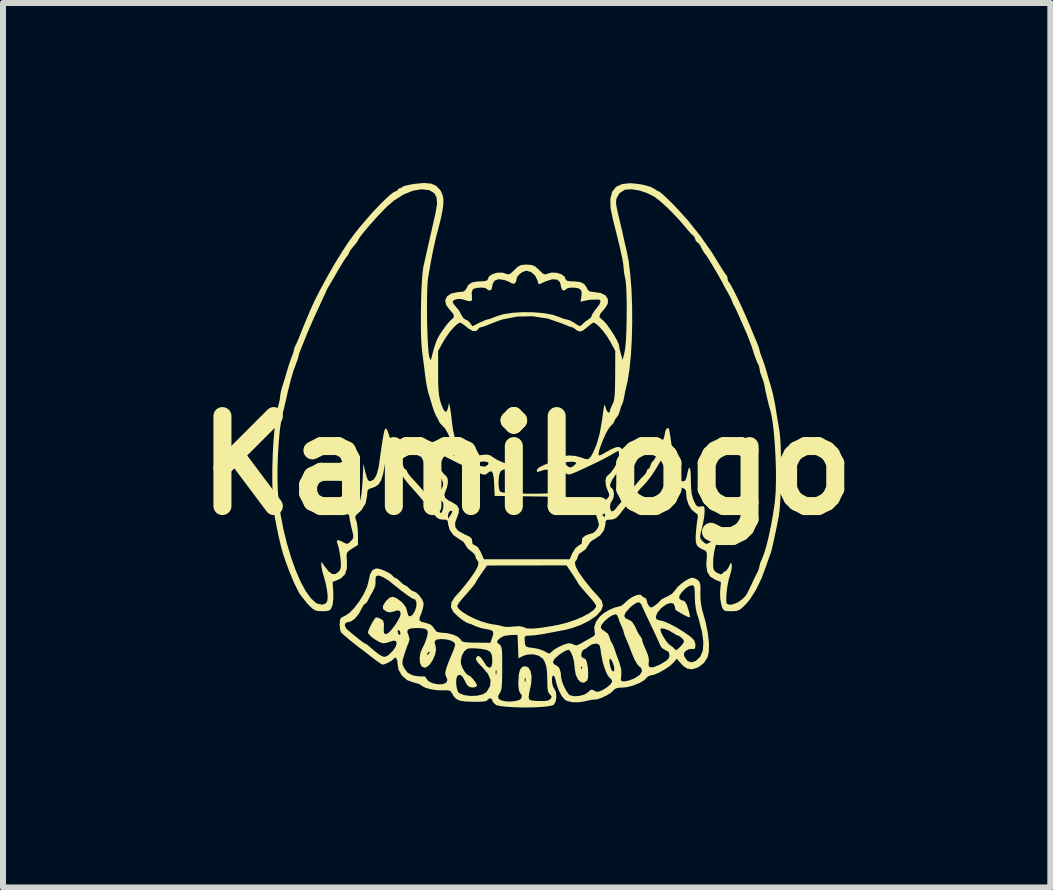
<source format=kicad_pcb>
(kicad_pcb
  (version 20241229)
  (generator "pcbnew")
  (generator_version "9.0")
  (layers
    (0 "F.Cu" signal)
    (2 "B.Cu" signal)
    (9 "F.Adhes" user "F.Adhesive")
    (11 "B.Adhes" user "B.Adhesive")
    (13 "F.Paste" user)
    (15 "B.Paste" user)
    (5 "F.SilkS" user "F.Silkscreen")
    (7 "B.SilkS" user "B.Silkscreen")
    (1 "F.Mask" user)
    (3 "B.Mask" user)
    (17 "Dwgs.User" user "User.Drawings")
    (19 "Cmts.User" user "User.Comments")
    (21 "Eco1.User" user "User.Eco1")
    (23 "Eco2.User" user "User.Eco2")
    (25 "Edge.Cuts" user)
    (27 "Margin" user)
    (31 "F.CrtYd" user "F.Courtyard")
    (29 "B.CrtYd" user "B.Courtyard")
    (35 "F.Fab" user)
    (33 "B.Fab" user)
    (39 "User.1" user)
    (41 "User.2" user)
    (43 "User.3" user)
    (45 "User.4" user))
  (footprint "KamiLogo"
    (layer "F.Cu")
    (at 5.729 4.707)
    (property "Reference" "KamiLogo" (at 0 0 0) (layer "F.SilkS") (effects (font (size 1.5 1.5) (thickness 0.3))))
    (attr board_only exclude_from_pos_files exclude_from_bom)
    (fp_poly (pts (xy -1.594 -4.697) (xy -1.508 -4.659) (xy -1.444 -4.593) (xy -1.432 -4.573) (xy -1.404 -4.513) (xy -1.389 -4.443) (xy -1.389 -4.358) (xy -1.403 -4.248) (xy -1.432 -4.109) (xy -1.477 -3.931) (xy -1.501 -3.843) (xy -1.53 -3.722) (xy -1.565 -3.561) (xy -1.602 -3.368) (xy -1.639 -3.153) (xy -1.644 -3.129) (xy -1.652 -3.046) (xy -1.658 -2.927) (xy -1.661 -2.781) (xy -1.662 -2.618) (xy -1.661 -2.447) (xy -1.657 -2.277) (xy -1.651 -2.12) (xy -1.644 -1.983) (xy -1.635 -1.877) (xy -1.624 -1.811) (xy -1.623 -1.807) (xy -1.609 -1.766) (xy -1.598 -1.759) (xy -1.587 -1.79) (xy -1.569 -1.865) (xy -1.568 -1.871) (xy -1.557 -1.909) (xy -1.476 -1.909) (xy -1.476 -1.54) (xy -1.475 -1.38) (xy -1.47 -1.259) (xy -1.461 -1.165) (xy -1.445 -1.089) (xy -1.426 -1.024) (xy -1.389 -0.934) (xy -1.357 -0.893) (xy -1.331 -0.903) (xy -1.31 -0.963) (xy -1.309 -0.969) (xy -1.295 -1.043) (xy -1.278 -0.967) (xy -1.268 -0.902) (xy -1.255 -0.808) (xy -1.245 -0.713) (xy -1.226 -0.581) (xy -1.194 -0.445) (xy -1.153 -0.317) (xy -1.108 -0.209) (xy -1.062 -0.132) (xy -1.032 -0.102) (xy -0.994 -0.102) (xy -0.937 -0.122) (xy -0.936 -0.123) (xy -0.866 -0.148) (xy -0.776 -0.169) (xy -0.746 -0.174) (xy -0.664 -0.18) (xy -0.607 -0.166) (xy -0.555 -0.131) (xy -0.492 -0.092) (xy -0.401 -0.051) (xy -0.324 -0.023) (xy -0.226 0.012) (xy -0.177 0.044) (xy -0.171 0.062) (xy -0.192 0.092) (xy -0.204 0.094) (xy -0.244 0.086) (xy -0.309 0.074) (xy -0.316 0.073) (xy -0.384 0.068) (xy -0.426 0.091) (xy -0.437 0.103) (xy -0.458 0.158) (xy -0.468 0.239) (xy -0.469 0.327) (xy -0.458 0.401) (xy -0.44 0.44) (xy -0.406 0.45) (xy -0.332 0.458) (xy -0.228 0.465) (xy -0.105 0.469) (xy 0.026 0.472) (xy 0.155 0.472) (xy 0.271 0.47) (xy 0.364 0.465) (xy 0.422 0.458) (xy 0.431 0.455) (xy 0.454 0.422) (xy 0.468 0.356) (xy 0.472 0.272) (xy 0.465 0.189) (xy 0.447 0.122) (xy 0.437 0.103) (xy 0.383 0.071) (xy 0.299 0.073) (xy 0.207 0.102) (xy 0.172 0.109) (xy 0.169 0.079) (xy 0.169 0.076) (xy 0.202 0.037) (xy 0.285 -0.006) (xy 0.336 -0.025) (xy 0.376 -0.04) (xy 0.632 -0.04) (xy 0.65 -0.016) (xy 0.659 -0.006) (xy 0.705 0.031) (xy 0.745 0.031) (xy 0.79 0.002) (xy 0.824 -0.034) (xy 0.81 -0.055) (xy 0.749 -0.061) (xy 0.71 -0.059) (xy 0.65 -0.052) (xy 0.632 -0.04) (xy 0.376 -0.04) (xy 0.427 -0.06) (xy 0.502 -0.097) (xy 0.542 -0.123) (xy 0.607 -0.153) (xy 0.701 -0.165) (xy 0.808 -0.158) (xy 0.909 -0.132) (xy 0.92 -0.127) (xy 0.99 -0.103) (xy 1.035 -0.109) (xy 1.073 -0.152) (xy 1.098 -0.197) (xy 1.197 -0.197) (xy 1.2 -0.166) (xy 1.227 -0.17) (xy 1.277 -0.194) (xy 1.28 -0.196) (xy 1.402 -0.266) (xy 1.49 -0.303) (xy 1.549 -0.306) (xy 1.586 -0.275) (xy 1.605 -0.208) (xy 1.61 -0.15) (xy 1.611 -0.081) (xy 1.599 -0.025) (xy 1.569 0.033) (xy 1.514 0.111) (xy 1.502 0.127) (xy 1.427 0.237) (xy 1.391 0.315) (xy 1.395 0.361) (xy 1.412 0.373) (xy 1.441 0.406) (xy 1.454 0.466) (xy 1.45 0.531) (xy 1.428 0.579) (xy 1.397 0.633) (xy 1.388 0.697) (xy 1.401 0.751) (xy 1.415 0.765) (xy 1.447 0.759) (xy 1.483 0.723) (xy 1.532 0.66) (xy 1.57 0.619) (xy 1.605 0.577) (xy 1.617 0.554) (xy 1.634 0.525) (xy 1.675 0.48) (xy 1.682 0.472) (xy 1.736 0.416) (xy 1.802 0.341) (xy 1.841 0.294) (xy 1.897 0.227) (xy 1.944 0.177) (xy 1.966 0.158) (xy 1.995 0.117) (xy 1.998 0.101) (xy 2.012 0.067) (xy 2.023 0.064) (xy 2.047 0.042) (xy 2.064 0) (xy 2.082 -0.048) (xy 2.098 -0.064) (xy 2.119 -0.085) (xy 2.152 -0.143) (xy 2.191 -0.223) (xy 2.231 -0.315) (xy 2.267 -0.404) (xy 2.293 -0.48) (xy 2.303 -0.529) (xy 2.303 -0.531) (xy 2.314 -0.584) (xy 2.339 -0.619) (xy 2.367 -0.619) (xy 2.369 -0.618) (xy 2.376 -0.589) (xy 2.388 -0.521) (xy 2.403 -0.423) (xy 2.419 -0.304) (xy 2.42 -0.303) (xy 2.447 -0.111) (xy 2.473 0.035) (xy 2.499 0.14) (xy 2.528 0.211) (xy 2.56 0.251) (xy 2.599 0.267) (xy 2.61 0.267) (xy 2.645 0.25) (xy 2.667 0.192) (xy 2.671 0.171) (xy 2.69 0.08) (xy 2.707 0.039) (xy 2.721 0.047) (xy 2.731 0.102) (xy 2.736 0.204) (xy 2.736 0.242) (xy 2.74 0.38) (xy 2.752 0.481) (xy 2.774 0.561) (xy 2.787 0.592) (xy 2.82 0.658) (xy 2.849 0.687) (xy 2.887 0.688) (xy 2.9 0.685) (xy 2.941 0.679) (xy 2.96 0.695) (xy 2.965 0.745) (xy 2.965 0.776) (xy 2.958 0.859) (xy 2.94 0.964) (xy 2.921 1.046) (xy 2.899 1.134) (xy 2.89 1.187) (xy 2.897 1.221) (xy 2.919 1.25) (xy 2.934 1.266) (xy 2.974 1.302) (xy 3.007 1.307) (xy 3.054 1.284) (xy 3.068 1.276) (xy 3.131 1.246) (xy 3.161 1.251) (xy 3.162 1.296) (xy 3.144 1.359) (xy 3.125 1.443) (xy 3.111 1.548) (xy 3.108 1.606) (xy 3.108 1.69) (xy 3.118 1.74) (xy 3.142 1.77) (xy 3.178 1.793) (xy 3.232 1.816) (xy 3.258 1.81) (xy 3.263 1.801) (xy 3.293 1.771) (xy 3.305 1.769) (xy 3.334 1.748) (xy 3.367 1.696) (xy 3.372 1.686) (xy 3.397 1.634) (xy 3.41 1.625) (xy 3.418 1.656) (xy 3.419 1.664) (xy 3.416 1.726) (xy 3.397 1.806) (xy 3.389 1.829) (xy 3.366 1.91) (xy 3.346 2.01) (xy 3.333 2.114) (xy 3.326 2.209) (xy 3.328 2.279) (xy 3.334 2.304) (xy 3.373 2.323) (xy 3.438 2.316) (xy 3.513 2.286) (xy 3.574 2.246) (xy 3.616 2.21) (xy 3.648 2.174) (xy 3.679 2.124) (xy 3.716 2.05) (xy 3.748 1.982) (xy 3.789 1.895) (xy 3.828 1.815) (xy 3.843 1.786) (xy 3.87 1.723) (xy 3.881 1.675) (xy 3.893 1.625) (xy 3.917 1.569) (xy 3.954 1.478) (xy 3.994 1.347) (xy 4.034 1.185) (xy 4.072 1.004) (xy 4.106 0.813) (xy 4.134 0.623) (xy 4.138 0.584) (xy 4.15 0.437) (xy 4.155 0.26) (xy 4.154 0.062) (xy 4.147 -0.145) (xy 4.135 -0.35) (xy 4.12 -0.543) (xy 4.1 -0.714) (xy 4.077 -0.851) (xy 4.061 -0.915) (xy 4.031 -1.024) (xy 4.002 -1.144) (xy 3.977 -1.255) (xy 3.965 -1.323) (xy 3.945 -1.403) (xy 3.917 -1.48) (xy 3.892 -1.55) (xy 3.881 -1.607) (xy 3.881 -1.609) (xy 3.871 -1.662) (xy 3.86 -1.681) (xy 3.842 -1.716) (xy 3.815 -1.785) (xy 3.784 -1.874) (xy 3.782 -1.883) (xy 3.745 -1.995) (xy 3.709 -2.092) (xy 3.668 -2.194) (xy 3.612 -2.322) (xy 3.609 -2.329) (xy 3.57 -2.417) (xy 3.532 -2.506) (xy 3.531 -2.507) (xy 3.5 -2.576) (xy 3.474 -2.629) (xy 3.471 -2.634) (xy 3.444 -2.686) (xy 3.436 -2.704) (xy 3.414 -2.759) (xy 3.411 -2.768) (xy 3.388 -2.816) (xy 3.372 -2.844) (xy 3.337 -2.907) (xy 3.321 -2.933) (xy 3.29 -2.991) (xy 3.278 -3.016) (xy 3.256 -3.058) (xy 3.217 -3.128) (xy 3.167 -3.215) (xy 3.113 -3.306) (xy 3.062 -3.391) (xy 3.021 -3.458) (xy 2.996 -3.495) (xy 2.993 -3.499) (xy 2.961 -3.54) (xy 2.924 -3.601) (xy 2.898 -3.657) (xy 2.867 -3.701) (xy 2.848 -3.713) (xy 2.816 -3.747) (xy 2.812 -3.765) (xy 2.793 -3.812) (xy 2.781 -3.823) (xy 2.748 -3.853) (xy 2.697 -3.909) (xy 2.656 -3.958) (xy 2.554 -4.078) (xy 2.439 -4.201) (xy 2.325 -4.314) (xy 2.219 -4.408) (xy 2.134 -4.474) (xy 2.127 -4.478) (xy 2.005 -4.54) (xy 1.874 -4.583) (xy 1.75 -4.602) (xy 1.647 -4.596) (xy 1.628 -4.59) (xy 1.545 -4.535) (xy 1.497 -4.449) (xy 1.489 -4.389) (xy 1.492 -4.347) (xy 1.504 -4.28) (xy 1.525 -4.183) (xy 1.558 -4.045) (xy 1.567 -4.009) (xy 1.59 -3.91) (xy 1.612 -3.812) (xy 1.616 -3.792) (xy 1.638 -3.695) (xy 1.661 -3.595) (xy 1.663 -3.589) (xy 1.7 -3.403) (xy 1.727 -3.178) (xy 1.747 -2.925) (xy 1.757 -2.654) (xy 1.759 -2.376) (xy 1.752 -2.101) (xy 1.737 -1.84) (xy 1.713 -1.603) (xy 1.681 -1.401) (xy 1.663 -1.323) (xy 1.642 -1.232) (xy 1.625 -1.142) (xy 1.623 -1.133) (xy 1.609 -1.065) (xy 1.592 -1.021) (xy 1.591 -1.018) (xy 1.572 -0.977) (xy 1.554 -0.913) (xy 1.554 -0.912) (xy 1.531 -0.845) (xy 1.5 -0.8) (xy 1.469 -0.76) (xy 1.463 -0.741) (xy 1.446 -0.706) (xy 1.403 -0.657) (xy 1.393 -0.648) (xy 1.36 -0.604) (xy 1.32 -0.531) (xy 1.279 -0.441) (xy 1.241 -0.347) (xy 1.212 -0.261) (xy 1.197 -0.197) (xy 1.098 -0.197) (xy 1.1 -0.199) (xy 1.166 -0.351) (xy 1.217 -0.532) (xy 1.256 -0.753) (xy 1.262 -0.802) (xy 1.278 -0.917) (xy 1.29 -0.985) (xy 1.299 -1.01) (xy 1.307 -0.994) (xy 1.31 -0.982) (xy 1.326 -0.927) (xy 1.351 -0.889) (xy 1.375 -0.877) (xy 1.387 -0.901) (xy 1.387 -0.908) (xy 1.399 -0.952) (xy 1.428 -1.013) (xy 1.43 -1.018) (xy 1.447 -1.057) (xy 1.459 -1.109) (xy 1.467 -1.184) (xy 1.472 -1.29) (xy 1.474 -1.434) (xy 1.475 -1.502) (xy 1.476 -1.909) (xy 1.391 -2.066) (xy 1.334 -2.158) (xy 1.269 -2.245) (xy 1.203 -2.318) (xy 1.146 -2.366) (xy 1.113 -2.38) (xy 1.084 -2.364) (xy 1.033 -2.324) (xy 1.009 -2.303) (xy 0.937 -2.247) (xy 0.882 -2.23) (xy 0.833 -2.251) (xy 0.818 -2.265) (xy 0.775 -2.296) (xy 0.753 -2.303) (xy 0.717 -2.313) (xy 0.651 -2.339) (xy 0.592 -2.364) (xy 0.352 -2.447) (xy 0.096 -2.486) (xy -0.163 -2.48) (xy -0.415 -2.43) (xy -0.592 -2.364) (xy -0.672 -2.331) (xy -0.737 -2.309) (xy -0.764 -2.303) (xy -0.798 -2.29) (xy -0.802 -2.28) (xy -0.823 -2.254) (xy -0.853 -2.239) (xy -0.906 -2.242) (xy -0.973 -2.283) (xy -0.994 -2.301) (xy -1.053 -2.348) (xy -1.098 -2.376) (xy -1.11 -2.38) (xy -1.152 -2.359) (xy -1.212 -2.305) (xy -1.28 -2.227) (xy -1.346 -2.134) (xy -1.391 -2.062) (xy -1.476 -1.909) (xy -1.557 -1.909) (xy -1.541 -1.969) (xy -1.509 -2.061) (xy -1.493 -2.1) (xy -1.45 -2.178) (xy -1.393 -2.264) (xy -1.333 -2.346) (xy -1.278 -2.41) (xy -1.245 -2.438) (xy -1.212 -2.474) (xy -1.224 -2.524) (xy -1.28 -2.591) (xy -1.285 -2.596) (xy -1.345 -2.677) (xy -1.353 -2.724) (xy -1.234 -2.724) (xy -1.217 -2.686) (xy -1.18 -2.644) (xy -1.131 -2.586) (xy -1.091 -2.513) (xy -1.091 -2.513) (xy -1.058 -2.458) (xy -1.023 -2.431) (xy -1.019 -2.431) (xy -0.978 -2.411) (xy -0.944 -2.375) (xy -0.905 -2.319) (xy -0.793 -2.375) (xy -0.723 -2.407) (xy -0.67 -2.428) (xy -0.656 -2.431) (xy -0.619 -2.44) (xy -0.554 -2.465) (xy -0.513 -2.482) (xy -0.393 -2.519) (xy -0.239 -2.543) (xy -0.065 -2.554) (xy 0.115 -2.552) (xy 0.287 -2.537) (xy 0.437 -2.509) (xy 0.553 -2.47) (xy 0.554 -2.469) (xy 0.62 -2.442) (xy 0.672 -2.431) (xy 0.673 -2.431) (xy 0.719 -2.417) (xy 0.783 -2.382) (xy 0.802 -2.369) (xy 0.859 -2.332) (xy 0.892 -2.323) (xy 0.917 -2.34) (xy 0.929 -2.353) (xy 0.983 -2.402) (xy 1.024 -2.428) (xy 1.068 -2.462) (xy 1.082 -2.49) (xy 1.097 -2.527) (xy 1.136 -2.584) (xy 1.157 -2.61) (xy 1.214 -2.687) (xy 1.232 -2.739) (xy 1.21 -2.763) (xy 1.203 -2.764) (xy 1.06 -2.761) (xy 0.982 -2.747) (xy 0.896 -2.728) (xy 0.912 -2.812) (xy 0.916 -2.886) (xy 0.9 -2.93) (xy 0.859 -2.952) (xy 0.792 -2.963) (xy 0.723 -2.962) (xy 0.672 -2.949) (xy 0.662 -2.94) (xy 0.626 -2.913) (xy 0.59 -2.927) (xy 0.573 -2.973) (xy 0.573 -2.976) (xy 0.555 -3.055) (xy 0.505 -3.097) (xy 0.424 -3.102) (xy 0.315 -3.067) (xy 0.282 -3.052) (xy 0.226 -3.025) (xy 0.2 -3.023) (xy 0.188 -3.051) (xy 0.179 -3.084) (xy 0.14 -3.164) (xy 0.074 -3.222) (xy 0 -3.245) (xy -0.061 -3.228) (xy -0.121 -3.187) (xy -0.16 -3.138) (xy -0.166 -3.115) (xy -0.179 -3.057) (xy -0.211 -3.026) (xy -0.246 -3.033) (xy -0.292 -3.059) (xy -0.361 -3.086) (xy -0.374 -3.09) (xy -0.467 -3.104) (xy -0.534 -3.08) (xy -0.569 -3.02) (xy -0.573 -2.984) (xy -0.587 -2.932) (xy -0.62 -2.912) (xy -0.657 -2.932) (xy -0.662 -2.94) (xy -0.699 -2.959) (xy -0.763 -2.964) (xy -0.833 -2.958) (xy -0.888 -2.941) (xy -0.9 -2.93) (xy -0.917 -2.88) (xy -0.913 -2.816) (xy -0.91 -2.759) (xy -0.934 -2.736) (xy -0.991 -2.743) (xy -1.044 -2.761) (xy -1.112 -2.775) (xy -1.178 -2.769) (xy -1.224 -2.747) (xy -1.234 -2.724) (xy -1.353 -2.724) (xy -1.358 -2.753) (xy -1.327 -2.818) (xy -1.257 -2.865) (xy -1.151 -2.888) (xy -1.121 -2.889) (xy -1.048 -2.899) (xy -1.014 -2.932) (xy -1.013 -2.933) (xy -0.973 -3.008) (xy -0.912 -3.05) (xy -0.818 -3.066) (xy -0.785 -3.067) (xy -0.7 -3.071) (xy -0.657 -3.085) (xy -0.649 -3.102) (xy -0.626 -3.152) (xy -0.568 -3.19) (xy -0.49 -3.212) (xy -0.407 -3.213) (xy -0.341 -3.193) (xy -0.305 -3.183) (xy -0.267 -3.199) (xy -0.213 -3.25) (xy -0.206 -3.257) (xy -0.146 -3.313) (xy -0.089 -3.34) (xy -0.012 -3.347) (xy 0 -3.347) (xy 0.081 -3.341) (xy 0.139 -3.318) (xy 0.198 -3.266) (xy 0.206 -3.257) (xy 0.262 -3.203) (xy 0.301 -3.183) (xy 0.338 -3.191) (xy 0.341 -3.193) (xy 0.416 -3.214) (xy 0.499 -3.21) (xy 0.576 -3.187) (xy 0.631 -3.147) (xy 0.649 -3.102) (xy 0.665 -3.08) (xy 0.719 -3.069) (xy 0.785 -3.067) (xy 0.89 -3.057) (xy 0.959 -3.023) (xy 1.004 -2.958) (xy 1.013 -2.933) (xy 1.046 -2.9) (xy 1.118 -2.889) (xy 1.121 -2.889) (xy 1.235 -2.873) (xy 1.314 -2.832) (xy 1.354 -2.77) (xy 1.352 -2.696) (xy 1.304 -2.616) (xy 1.285 -2.596) (xy 1.226 -2.526) (xy 1.211 -2.474) (xy 1.242 -2.442) (xy 1.244 -2.441) (xy 1.283 -2.409) (xy 1.338 -2.345) (xy 1.398 -2.261) (xy 1.457 -2.17) (xy 1.505 -2.084) (xy 1.535 -2.017) (xy 1.54 -1.992) (xy 1.547 -1.948) (xy 1.564 -1.88) (xy 1.57 -1.858) (xy 1.599 -1.756) (xy 1.633 -1.896) (xy 1.644 -1.971) (xy 1.654 -2.084) (xy 1.661 -2.226) (xy 1.665 -2.384) (xy 1.667 -2.55) (xy 1.667 -2.713) (xy 1.663 -2.863) (xy 1.658 -2.989) (xy 1.649 -3.081) (xy 1.642 -3.118) (xy 1.624 -3.202) (xy 1.616 -3.282) (xy 1.616 -3.283) (xy 1.609 -3.358) (xy 1.587 -3.479) (xy 1.55 -3.646) (xy 1.498 -3.859) (xy 1.437 -4.098) (xy 1.398 -4.289) (xy 1.394 -4.443) (xy 1.424 -4.561) (xy 1.49 -4.643) (xy 1.592 -4.69) (xy 1.731 -4.704) (xy 1.89 -4.687) (xy 1.988 -4.666) (xy 2.072 -4.639) (xy 2.124 -4.613) (xy 2.125 -4.612) (xy 2.173 -4.579) (xy 2.202 -4.568) (xy 2.228 -4.551) (xy 2.282 -4.504) (xy 2.357 -4.434) (xy 2.445 -4.347) (xy 2.471 -4.321) (xy 2.685 -4.086) (xy 2.897 -3.821) (xy 3.09 -3.545) (xy 3.196 -3.372) (xy 3.249 -3.285) (xy 3.293 -3.217) (xy 3.322 -3.178) (xy 3.327 -3.173) (xy 3.344 -3.144) (xy 3.347 -3.117) (xy 3.357 -3.071) (xy 3.368 -3.057) (xy 3.39 -3.027) (xy 3.427 -2.96) (xy 3.477 -2.863) (xy 3.534 -2.746) (xy 3.594 -2.618) (xy 3.653 -2.486) (xy 3.707 -2.36) (xy 3.715 -2.341) (xy 3.76 -2.232) (xy 3.802 -2.13) (xy 3.835 -2.053) (xy 3.845 -2.029) (xy 3.869 -1.966) (xy 3.881 -1.921) (xy 3.881 -1.918) (xy 3.891 -1.878) (xy 3.913 -1.816) (xy 3.915 -1.811) (xy 3.941 -1.742) (xy 3.973 -1.648) (xy 3.994 -1.578) (xy 4.022 -1.479) (xy 4.05 -1.385) (xy 4.065 -1.336) (xy 4.105 -1.188) (xy 4.142 -1.005) (xy 4.16 -0.891) (xy 4.179 -0.773) (xy 4.201 -0.644) (xy 4.211 -0.585) (xy 4.224 -0.481) (xy 4.233 -0.337) (xy 4.238 -0.164) (xy 4.241 0.026) (xy 4.239 0.222) (xy 4.235 0.413) (xy 4.227 0.589) (xy 4.216 0.738) (xy 4.202 0.848) (xy 4.199 0.862) (xy 4.156 1.078) (xy 4.119 1.251) (xy 4.09 1.38) (xy 4.068 1.461) (xy 4.058 1.489) (xy 4.041 1.533) (xy 4.015 1.607) (xy 3.995 1.667) (xy 3.914 1.884) (xy 3.822 2.074) (xy 3.723 2.23) (xy 3.662 2.304) (xy 3.595 2.371) (xy 3.546 2.409) (xy 3.496 2.426) (xy 3.43 2.43) (xy 3.41 2.431) (xy 3.333 2.429) (xy 3.29 2.417) (xy 3.265 2.385) (xy 3.246 2.331) (xy 3.228 2.238) (xy 3.223 2.126) (xy 3.225 2.087) (xy 3.237 1.943) (xy 3.141 1.905) (xy 3.059 1.854) (xy 3.01 1.776) (xy 2.993 1.666) (xy 2.998 1.576) (xy 3.004 1.494) (xy 2.999 1.448) (xy 2.98 1.424) (xy 2.957 1.412) (xy 2.883 1.376) (xy 2.839 1.336) (xy 2.819 1.278) (xy 2.816 1.19) (xy 2.82 1.128) (xy 2.829 1.026) (xy 2.84 0.937) (xy 2.85 0.879) (xy 2.85 0.878) (xy 2.852 0.824) (xy 2.817 0.792) (xy 2.81 0.789) (xy 2.749 0.738) (xy 2.698 0.654) (xy 2.666 0.554) (xy 2.66 0.49) (xy 2.656 0.428) (xy 2.637 0.394) (xy 2.589 0.373) (xy 2.532 0.359) (xy 2.477 0.322) (xy 2.428 0.241) (xy 2.388 0.123) (xy 2.365 0) (xy 2.351 -0.081) (xy 2.336 -0.144) (xy 2.329 -0.163) (xy 2.32 -0.178) (xy 2.31 -0.182) (xy 2.295 -0.168) (xy 2.269 -0.131) (xy 2.227 -0.065) (xy 2.166 0.037) (xy 2.143 0.076) (xy 2.078 0.174) (xy 2.003 0.271) (xy 1.949 0.331) (xy 1.893 0.389) (xy 1.856 0.434) (xy 1.846 0.451) (xy 1.83 0.479) (xy 1.789 0.53) (xy 1.762 0.559) (xy 1.707 0.619) (xy 1.665 0.667) (xy 1.623 0.72) (xy 1.566 0.793) (xy 1.555 0.808) (xy 1.5 0.87) (xy 1.447 0.898) (xy 1.397 0.904) (xy 1.339 0.908) (xy 1.315 0.931) (xy 1.311 0.989) (xy 1.311 0.991) (xy 1.287 1.083) (xy 1.224 1.167) (xy 1.133 1.229) (xy 1.115 1.236) (xy 1.06 1.277) (xy 1.023 1.335) (xy 0.978 1.402) (xy 0.924 1.44) (xy 0.871 1.477) (xy 0.853 1.516) (xy 0.84 1.563) (xy 0.827 1.578) (xy 0.803 1.616) (xy 0.815 1.681) (xy 0.863 1.774) (xy 0.947 1.894) (xy 1.022 1.99) (xy 1.098 2.082) (xy 1.162 2.152) (xy 1.18 2.17) (xy 1.25 2.255) (xy 1.271 2.336) (xy 1.243 2.416) (xy 1.166 2.502) (xy 1.158 2.51) (xy 1.048 2.586) (xy 0.906 2.657) (xy 0.754 2.713) (xy 0.649 2.74) (xy 0.581 2.753) (xy 0.482 2.772) (xy 0.373 2.793) (xy 0.356 2.796) (xy 0.246 2.816) (xy 0.141 2.83) (xy 0.064 2.837) (xy 0.056 2.837) (xy -0.007 2.84) (xy -0.033 2.858) (xy -0.035 2.906) (xy -0.033 2.933) (xy -0.026 2.99) (xy -0.008 3.019) (xy 0.035 3.034) (xy 0.103 3.042) (xy 0.195 3.059) (xy 0.278 3.088) (xy 0.305 3.102) (xy 0.358 3.132) (xy 0.389 3.131) (xy 0.406 3.115) (xy 0.457 3.071) (xy 0.536 3.025) (xy 0.62 2.987) (xy 0.691 2.966) (xy 0.706 2.965) (xy 0.765 2.976) (xy 0.793 2.992) (xy 0.83 3.001) (xy 0.893 2.975) (xy 0.906 2.967) (xy 0.988 2.919) (xy 1.069 2.875) (xy 1.073 2.872) (xy 1.126 2.839) (xy 1.14 2.807) (xy 1.131 2.77) (xy 1.126 2.7) (xy 1.234 2.7) (xy 1.256 2.736) (xy 1.297 2.761) (xy 1.355 2.808) (xy 1.377 2.856) (xy 1.397 2.919) (xy 1.417 2.956) (xy 1.441 3.001) (xy 1.463 3.058) (xy 1.484 3.123) (xy 1.516 3.211) (xy 1.539 3.27) (xy 1.575 3.395) (xy 1.578 3.497) (xy 1.576 3.506) (xy 1.569 3.568) (xy 1.58 3.595) (xy 1.617 3.601) (xy 1.627 3.601) (xy 1.689 3.59) (xy 1.77 3.561) (xy 1.807 3.544) (xy 1.885 3.491) (xy 1.921 3.435) (xy 1.913 3.383) (xy 1.873 3.348) (xy 1.841 3.312) (xy 1.8 3.241) (xy 1.76 3.149) (xy 1.755 3.137) (xy 1.717 3.037) (xy 1.68 2.945) (xy 1.653 2.882) (xy 1.651 2.878) (xy 1.627 2.818) (xy 1.616 2.777) (xy 1.616 2.777) (xy 1.605 2.735) (xy 1.582 2.683) (xy 1.549 2.607) (xy 1.53 2.55) (xy 1.514 2.512) (xy 1.626 2.512) (xy 1.651 2.552) (xy 1.702 2.572) (xy 1.754 2.604) (xy 1.802 2.676) (xy 1.818 2.711) (xy 1.852 2.784) (xy 1.883 2.836) (xy 1.896 2.851) (xy 1.919 2.887) (xy 1.922 2.903) (xy 1.932 2.945) (xy 1.959 3.015) (xy 1.986 3.073) (xy 2.025 3.171) (xy 2.038 3.246) (xy 2.036 3.265) (xy 2.03 3.334) (xy 2.056 3.367) (xy 2.116 3.363) (xy 2.21 3.325) (xy 2.252 3.302) (xy 2.328 3.255) (xy 2.367 3.216) (xy 2.379 3.172) (xy 2.379 3.165) (xy 2.366 3.109) (xy 2.316 3.082) (xy 2.315 3.082) (xy 2.254 3.044) (xy 2.225 2.998) (xy 2.204 2.948) (xy 2.166 2.865) (xy 2.117 2.76) (xy 2.104 2.732) (xy 2.227 2.732) (xy 2.242 2.787) (xy 2.28 2.86) (xy 2.327 2.932) (xy 2.374 2.984) (xy 2.389 2.995) (xy 2.441 3.033) (xy 2.466 3.061) (xy 2.486 3.079) (xy 2.516 3.064) (xy 2.564 3.018) (xy 2.609 2.966) (xy 2.623 2.934) (xy 2.61 2.905) (xy 2.595 2.887) (xy 2.553 2.85) (xy 2.526 2.838) (xy 2.49 2.824) (xy 2.437 2.791) (xy 2.433 2.789) (xy 2.365 2.749) (xy 2.299 2.724) (xy 2.248 2.716) (xy 2.227 2.731) (xy 2.227 2.732) (xy 2.104 2.732) (xy 2.064 2.648) (xy 2.01 2.536) (xy 2.003 2.522) (xy 2.152 2.522) (xy 2.163 2.565) (xy 2.211 2.583) (xy 2.215 2.583) (xy 2.281 2.598) (xy 2.376 2.638) (xy 2.489 2.697) (xy 2.609 2.77) (xy 2.725 2.851) (xy 2.73 2.854) (xy 2.79 2.913) (xy 2.812 2.977) (xy 2.812 2.995) (xy 2.807 3.048) (xy 2.785 3.063) (xy 2.761 3.059) (xy 2.704 3.064) (xy 2.657 3.089) (xy 2.622 3.126) (xy 2.622 3.167) (xy 2.636 3.2) (xy 2.685 3.264) (xy 2.75 3.283) (xy 2.822 3.258) (xy 2.892 3.189) (xy 2.895 3.185) (xy 2.936 3.085) (xy 2.945 2.947) (xy 2.921 2.771) (xy 2.865 2.555) (xy 2.836 2.466) (xy 2.819 2.389) (xy 2.806 2.284) (xy 2.802 2.182) (xy 2.8 2.087) (xy 2.794 2.032) (xy 2.781 2.006) (xy 2.757 1.998) (xy 2.748 1.998) (xy 2.697 2.016) (xy 2.638 2.059) (xy 2.583 2.116) (xy 2.547 2.172) (xy 2.541 2.213) (xy 2.576 2.247) (xy 2.603 2.252) (xy 2.637 2.269) (xy 2.668 2.322) (xy 2.69 2.386) (xy 2.711 2.461) (xy 2.722 2.514) (xy 2.721 2.53) (xy 2.691 2.527) (xy 2.631 2.499) (xy 2.549 2.452) (xy 2.545 2.45) (xy 2.501 2.422) (xy 2.484 2.411) (xy 2.473 2.384) (xy 2.468 2.348) (xy 2.446 2.304) (xy 2.397 2.294) (xy 2.33 2.315) (xy 2.256 2.367) (xy 2.236 2.385) (xy 2.176 2.459) (xy 2.152 2.522) (xy 2.003 2.522) (xy 1.964 2.437) (xy 1.93 2.362) (xy 1.913 2.322) (xy 1.913 2.322) (xy 1.883 2.284) (xy 1.832 2.289) (xy 1.759 2.337) (xy 1.714 2.378) (xy 1.647 2.454) (xy 1.626 2.512) (xy 1.514 2.512) (xy 1.51 2.5) (xy 1.487 2.481) (xy 1.427 2.499) (xy 1.356 2.544) (xy 1.291 2.603) (xy 1.246 2.662) (xy 1.234 2.7) (xy 1.126 2.7) (xy 1.126 2.689) (xy 1.161 2.596) (xy 1.221 2.517) (xy 1.288 2.461) (xy 1.375 2.409) (xy 1.462 2.37) (xy 1.53 2.354) (xy 1.531 2.354) (xy 1.583 2.336) (xy 1.64 2.29) (xy 1.648 2.281) (xy 1.704 2.23) (xy 1.772 2.188) (xy 1.839 2.161) (xy 1.892 2.154) (xy 1.915 2.17) (xy 1.946 2.199) (xy 1.962 2.202) (xy 1.993 2.222) (xy 1.999 2.246) (xy 2.014 2.302) (xy 2.035 2.337) (xy 2.061 2.366) (xy 2.087 2.367) (xy 2.132 2.338) (xy 2.149 2.326) (xy 2.199 2.285) (xy 2.226 2.255) (xy 2.227 2.251) (xy 2.248 2.233) (xy 2.302 2.204) (xy 2.337 2.189) (xy 2.424 2.139) (xy 2.476 2.079) (xy 2.476 2.077) (xy 2.515 2.027) (xy 2.58 1.969) (xy 2.655 1.917) (xy 2.725 1.88) (xy 2.764 1.871) (xy 2.811 1.887) (xy 2.851 1.911) (xy 2.878 1.939) (xy 2.893 1.981) (xy 2.897 2.05) (xy 2.895 2.12) (xy 2.897 2.235) (xy 2.911 2.346) (xy 2.924 2.405) (xy 2.983 2.614) (xy 3.021 2.806) (xy 3.039 2.974) (xy 3.035 3.111) (xy 3.015 3.197) (xy 2.954 3.292) (xy 2.867 3.362) (xy 2.769 3.396) (xy 2.745 3.398) (xy 2.674 3.387) (xy 2.614 3.347) (xy 2.578 3.31) (xy 2.501 3.223) (xy 2.442 3.293) (xy 2.383 3.346) (xy 2.3 3.402) (xy 2.209 3.453) (xy 2.126 3.488) (xy 2.073 3.499) (xy 2.023 3.516) (xy 2.006 3.534) (xy 1.956 3.583) (xy 1.872 3.631) (xy 1.77 3.671) (xy 1.667 3.697) (xy 1.603 3.703) (xy 1.518 3.708) (xy 1.468 3.727) (xy 1.445 3.752) (xy 1.402 3.792) (xy 1.33 3.836) (xy 1.247 3.875) (xy 1.172 3.9) (xy 1.134 3.903) (xy 1.087 3.907) (xy 1.013 3.922) (xy 0.98 3.93) (xy 0.869 3.949) (xy 0.759 3.947) (xy 0.669 3.925) (xy 0.633 3.904) (xy 0.584 3.844) (xy 0.536 3.752) (xy 0.499 3.649) (xy 0.486 3.595) (xy 0.469 3.534) (xy 0.449 3.501) (xy 0.444 3.499) (xy 0.426 3.521) (xy 0.42 3.573) (xy 0.426 3.637) (xy 0.442 3.694) (xy 0.458 3.719) (xy 0.488 3.78) (xy 0.495 3.861) (xy 0.481 3.941) (xy 0.451 3.991) (xy 0.407 4.007) (xy 0.322 4.02) (xy 0.208 4.029) (xy 0.076 4.034) (xy -0.065 4.035) (xy -0.204 4.031) (xy -0.33 4.024) (xy -0.432 4.013) (xy -0.5 3.998) (xy -0.515 3.99) (xy -0.558 3.95) (xy -0.573 3.916) (xy -0.59 3.887) (xy -0.626 3.884) (xy -0.654 3.91) (xy -0.655 3.913) (xy -0.679 3.929) (xy -0.739 3.938) (xy -0.842 3.941) (xy -0.899 3.94) (xy -1.026 3.935) (xy -1.113 3.922) (xy -1.172 3.895) (xy -1.215 3.852) (xy -1.248 3.794) (xy -1.273 3.761) (xy -1.317 3.748) (xy -1.391 3.75) (xy -1.49 3.748) (xy -1.594 3.733) (xy -1.684 3.708) (xy -1.746 3.678) (xy -1.756 3.667) (xy -1.796 3.643) (xy -1.864 3.623) (xy -1.883 3.619) (xy -1.991 3.58) (xy -2.078 3.506) (xy -2.135 3.409) (xy -2.151 3.323) (xy -2.154 3.287) (xy -2.072 3.287) (xy -2.065 3.329) (xy -2.041 3.378) (xy -2.037 3.386) (xy -1.983 3.457) (xy -1.904 3.497) (xy -1.888 3.502) (xy -1.811 3.516) (xy -1.747 3.518) (xy -1.737 3.516) (xy -1.691 3.521) (xy -1.674 3.551) (xy -1.639 3.596) (xy -1.571 3.63) (xy -1.488 3.648) (xy -1.408 3.648) (xy -1.361 3.63) (xy -1.176 3.63) (xy -1.166 3.709) (xy -1.145 3.772) (xy -1.126 3.796) (xy -1.041 3.829) (xy -0.936 3.843) (xy -0.828 3.839) (xy -0.734 3.817) (xy -0.67 3.779) (xy -0.668 3.776) (xy -0.61 3.678) (xy -0.602 3.579) (xy -0.644 3.477) (xy -0.667 3.449) (xy -0.518 3.449) (xy -0.514 3.485) (xy -0.505 3.48) (xy -0.502 3.428) (xy -0.505 3.417) (xy -0.514 3.414) (xy -0.518 3.449) (xy -0.667 3.449) (xy -0.735 3.369) (xy -0.743 3.361) (xy -0.813 3.289) (xy -0.844 3.238) (xy -0.844 3.208) (xy -0.816 3.175) (xy -0.776 3.19) (xy -0.728 3.251) (xy -0.713 3.278) (xy -0.663 3.349) (xy -0.619 3.374) (xy -0.588 3.353) (xy -0.573 3.286) (xy -0.573 3.269) (xy -0.579 3.173) (xy -0.604 3.113) (xy -0.658 3.079) (xy -0.75 3.06) (xy -0.782 3.056) (xy -0.874 3.049) (xy -0.95 3.05) (xy -0.988 3.056) (xy -1.042 3.1) (xy -1.082 3.176) (xy -1.099 3.262) (xy -1.096 3.305) (xy -1.073 3.37) (xy -1.036 3.435) (xy -0.997 3.484) (xy -0.968 3.499) (xy -0.937 3.518) (xy -0.893 3.563) (xy -0.853 3.616) (xy -0.829 3.66) (xy -0.827 3.669) (xy -0.85 3.695) (xy -0.902 3.703) (xy -0.956 3.694) (xy -0.994 3.659) (xy -1.022 3.608) (xy -1.066 3.527) (xy -1.103 3.492) (xy -1.14 3.498) (xy -1.155 3.511) (xy -1.173 3.557) (xy -1.176 3.63) (xy -1.361 3.63) (xy -1.348 3.626) (xy -1.338 3.616) (xy -1.321 3.575) (xy -1.34 3.528) (xy -1.355 3.492) (xy -1.356 3.446) (xy -1.34 3.38) (xy -1.305 3.284) (xy -1.273 3.207) (xy -1.23 3.103) (xy -1.205 3.036) (xy -1.194 2.996) (xy -1.196 2.972) (xy -1.208 2.955) (xy -1.218 2.945) (xy -1.27 2.918) (xy -1.349 2.9) (xy -1.432 2.895) (xy -1.499 2.904) (xy -1.513 2.911) (xy -1.536 2.941) (xy -1.526 2.988) (xy -1.521 2.998) (xy -1.511 3.068) (xy -1.527 3.153) (xy -1.564 3.241) (xy -1.613 3.315) (xy -1.667 3.363) (xy -1.702 3.372) (xy -1.75 3.351) (xy -1.778 3.294) (xy -1.785 3.215) (xy -1.778 3.165) (xy -1.66 3.165) (xy -1.642 3.153) (xy -1.638 3.15) (xy -1.618 3.117) (xy -1.621 3.104) (xy -1.64 3.112) (xy -1.653 3.136) (xy -1.66 3.165) (xy -1.778 3.165) (xy -1.772 3.126) (xy -1.736 3.039) (xy -1.73 3.029) (xy -1.702 2.973) (xy -1.673 2.894) (xy -1.665 2.868) (xy -1.648 2.793) (xy -1.658 2.746) (xy -1.701 2.721) (xy -1.783 2.712) (xy -1.837 2.711) (xy -1.932 2.717) (xy -1.982 2.739) (xy -1.99 2.781) (xy -1.971 2.827) (xy -1.952 2.896) (xy -1.965 2.946) (xy -1.988 3.001) (xy -2.017 3.084) (xy -2.039 3.15) (xy -2.064 3.233) (xy -2.072 3.287) (xy -2.154 3.287) (xy -2.158 3.248) (xy -2.178 3.207) (xy -2.204 3.208) (xy -2.219 3.226) (xy -2.256 3.258) (xy -2.317 3.293) (xy -2.378 3.317) (xy -2.402 3.321) (xy -2.43 3.307) (xy -2.487 3.268) (xy -2.562 3.212) (xy -2.585 3.194) (xy -2.669 3.129) (xy -2.743 3.072) (xy -2.794 3.034) (xy -2.8 3.03) (xy -2.876 2.971) (xy -2.956 2.906) (xy -3.028 2.845) (xy -3.08 2.798) (xy -3.098 2.777) (xy -3.11 2.735) (xy -3.117 2.666) (xy -3.117 2.665) (xy -3.033 2.665) (xy -3.01 2.717) (xy -2.982 2.745) (xy -2.87 2.838) (xy -2.79 2.902) (xy -2.739 2.941) (xy -2.71 2.961) (xy -2.7 2.965) (xy -2.671 2.98) (xy -2.641 3.003) (xy -2.536 3.093) (xy -2.46 3.152) (xy -2.407 3.183) (xy -2.366 3.191) (xy -2.33 3.179) (xy -2.291 3.15) (xy -2.289 3.148) (xy -2.223 3.081) (xy -2.182 3.017) (xy -2.168 2.963) (xy -2.181 2.928) (xy -2.223 2.921) (xy -2.265 2.935) (xy -2.336 2.958) (xy -2.389 2.965) (xy -2.446 2.949) (xy -2.519 2.908) (xy -2.589 2.857) (xy -2.637 2.807) (xy -2.645 2.792) (xy -2.64 2.757) (xy -2.614 2.695) (xy -2.577 2.624) (xy -2.536 2.56) (xy -2.516 2.535) (xy -2.489 2.536) (xy -2.441 2.554) (xy -2.394 2.587) (xy -2.38 2.64) (xy -2.38 2.666) (xy -2.383 2.749) (xy -2.377 2.794) (xy -2.36 2.81) (xy -2.344 2.812) (xy -2.305 2.792) (xy -2.279 2.765) (xy -2.151 2.765) (xy -2.141 2.808) (xy -2.121 2.828) (xy -2.104 2.812) (xy -2.111 2.77) (xy -2.122 2.754) (xy -2.146 2.742) (xy -2.151 2.765) (xy -2.279 2.765) (xy -2.253 2.739) (xy -2.197 2.667) (xy -2.147 2.588) (xy -2.111 2.517) (xy -2.1 2.471) (xy -2.117 2.425) (xy -2.165 2.418) (xy -2.212 2.434) (xy -2.283 2.451) (xy -2.341 2.435) (xy -2.392 2.398) (xy -2.399 2.349) (xy -2.362 2.283) (xy -2.335 2.251) (xy -2.282 2.203) (xy -2.231 2.19) (xy -2.17 2.213) (xy -2.089 2.273) (xy -2.08 2.281) (xy -2.013 2.364) (xy -1.993 2.434) (xy -1.976 2.499) (xy -1.944 2.518) (xy -1.903 2.49) (xy -1.865 2.43) (xy -1.84 2.354) (xy -1.837 2.285) (xy -1.856 2.239) (xy -1.883 2.227) (xy -1.919 2.211) (xy -1.987 2.165) (xy -2.083 2.094) (xy -2.2 2.002) (xy -2.283 1.934) (xy -2.336 1.898) (xy -2.404 1.858) (xy -2.407 1.857) (xy -2.475 1.834) (xy -2.513 1.852) (xy -2.522 1.912) (xy -2.518 1.946) (xy -2.527 2.02) (xy -2.57 2.111) (xy -2.571 2.112) (xy -2.613 2.183) (xy -2.644 2.243) (xy -2.65 2.259) (xy -2.674 2.296) (xy -2.689 2.303) (xy -2.715 2.324) (xy -2.737 2.361) (xy -2.796 2.471) (xy -2.863 2.554) (xy -2.93 2.601) (xy -2.966 2.609) (xy -3.018 2.625) (xy -3.033 2.665) (xy -3.117 2.665) (xy -3.117 2.645) (xy -3.113 2.577) (xy -3.091 2.539) (xy -3.038 2.511) (xy -3.026 2.506) (xy -2.953 2.458) (xy -2.872 2.374) (xy -2.791 2.267) (xy -2.719 2.149) (xy -2.664 2.033) (xy -2.636 1.931) (xy -2.636 1.93) (xy -2.611 1.817) (xy -2.573 1.749) (xy -2.518 1.72) (xy -2.493 1.718) (xy -2.441 1.729) (xy -2.372 1.755) (xy -2.302 1.789) (xy -2.249 1.824) (xy -2.227 1.85) (xy -2.227 1.85) (xy -2.207 1.87) (xy -2.198 1.871) (xy -2.162 1.888) (xy -2.115 1.93) (xy -2.11 1.934) (xy -2.064 1.977) (xy -2.031 1.998) (xy -2.029 1.998) (xy -1.996 2.015) (xy -1.96 2.049) (xy -1.915 2.087) (xy -1.884 2.1) (xy -1.839 2.12) (xy -1.787 2.171) (xy -1.743 2.235) (xy -1.719 2.295) (xy -1.718 2.308) (xy -1.728 2.376) (xy -1.752 2.455) (xy -1.756 2.465) (xy -1.785 2.54) (xy -1.787 2.583) (xy -1.755 2.607) (xy -1.686 2.624) (xy -1.604 2.652) (xy -1.556 2.697) (xy -1.545 2.717) (xy -1.504 2.771) (xy -1.442 2.787) (xy -1.435 2.787) (xy -1.328 2.796) (xy -1.227 2.821) (xy -1.148 2.856) (xy -1.104 2.897) (xy -1.104 2.899) (xy -1.088 2.924) (xy -1.06 2.94) (xy -1.011 2.949) (xy -0.93 2.953) (xy -0.842 2.955) (xy -0.606 2.957) (xy -0.604 2.952) (xy -0.492 2.952) (xy -0.458 2.98) (xy -0.438 2.999) (xy -0.424 3.026) (xy -0.415 3.069) (xy -0.41 3.138) (xy -0.408 3.241) (xy -0.408 3.384) (xy -0.409 3.534) (xy -0.413 3.641) (xy -0.419 3.714) (xy -0.43 3.761) (xy -0.446 3.791) (xy -0.451 3.797) (xy -0.478 3.848) (xy -0.468 3.888) (xy -0.426 3.917) (xy -0.353 3.933) (xy -0.265 3.936) (xy -0.18 3.927) (xy -0.115 3.906) (xy -0.091 3.884) (xy -0.08 3.835) (xy -0.102 3.804) (xy -0.129 3.754) (xy -0.14 3.656) (xy -0.14 3.625) (xy -0.137 3.576) (xy -0.034 3.576) (xy -0.03 3.612) (xy -0.021 3.608) (xy -0.018 3.556) (xy -0.021 3.544) (xy -0.031 3.541) (xy -0.034 3.576) (xy -0.137 3.576) (xy -0.133 3.493) (xy -0.111 3.405) (xy -0.072 3.358) (xy -0.027 3.347) (xy 0.029 3.369) (xy 0.066 3.432) (xy 0.082 3.525) (xy 0.074 3.64) (xy 0.066 3.683) (xy 0.042 3.792) (xy 0.032 3.862) (xy 0.042 3.901) (xy 0.076 3.918) (xy 0.141 3.925) (xy 0.193 3.927) (xy 0.292 3.928) (xy 0.354 3.919) (xy 0.39 3.899) (xy 0.396 3.892) (xy 0.417 3.855) (xy 0.396 3.825) (xy 0.387 3.818) (xy 0.363 3.788) (xy 0.349 3.734) (xy 0.344 3.645) (xy 0.344 3.608) (xy 0.34 3.464) (xy 0.328 3.359) (xy 0.304 3.282) (xy 0.301 3.276) (xy 0.437 3.276) (xy 0.457 3.316) (xy 0.496 3.334) (xy 0.542 3.374) (xy 0.568 3.455) (xy 0.572 3.52) (xy 0.585 3.589) (xy 0.617 3.674) (xy 0.659 3.756) (xy 0.702 3.816) (xy 0.719 3.83) (xy 0.787 3.848) (xy 0.876 3.843) (xy 0.963 3.819) (xy 1.025 3.78) (xy 1.028 3.776) (xy 1.066 3.74) (xy 1.102 3.742) (xy 1.126 3.756) (xy 1.168 3.774) (xy 1.213 3.768) (xy 1.273 3.74) (xy 1.343 3.696) (xy 1.396 3.649) (xy 1.403 3.639) (xy 1.424 3.6) (xy 1.412 3.568) (xy 1.379 3.538) (xy 1.34 3.483) (xy 1.301 3.39) (xy 1.266 3.273) (xy 1.26 3.241) (xy 1.378 3.241) (xy 1.381 3.291) (xy 1.393 3.352) (xy 1.412 3.405) (xy 1.422 3.421) (xy 1.447 3.437) (xy 1.46 3.415) (xy 1.458 3.367) (xy 1.441 3.304) (xy 1.437 3.294) (xy 1.411 3.242) (xy 1.389 3.22) (xy 1.388 3.22) (xy 1.378 3.241) (xy 1.26 3.241) (xy 1.24 3.143) (xy 1.229 3.054) (xy 1.214 2.997) (xy 1.174 2.973) (xy 1.158 2.97) (xy 1.086 2.983) (xy 1.038 3.015) (xy 0.99 3.052) (xy 0.957 3.067) (xy 0.93 3.088) (xy 0.912 3.135) (xy 0.911 3.183) (xy 0.916 3.194) (xy 0.953 3.218) (xy 0.967 3.22) (xy 0.989 3.242) (xy 1.008 3.301) (xy 1.02 3.38) (xy 1.025 3.464) (xy 1.022 3.537) (xy 1.008 3.586) (xy 1.005 3.589) (xy 0.954 3.623) (xy 0.902 3.613) (xy 0.854 3.567) (xy 0.818 3.491) (xy 0.8 3.393) (xy 0.8 3.375) (xy 0.799 3.372) (xy 0.904 3.372) (xy 0.913 3.393) (xy 0.92 3.389) (xy 0.924 3.359) (xy 0.92 3.355) (xy 0.905 3.359) (xy 0.904 3.372) (xy 0.799 3.372) (xy 0.79 3.28) (xy 0.768 3.189) (xy 0.739 3.117) (xy 0.708 3.077) (xy 0.699 3.074) (xy 0.66 3.084) (xy 0.596 3.119) (xy 0.542 3.156) (xy 0.465 3.223) (xy 0.437 3.276) (xy 0.301 3.276) (xy 0.27 3.223) (xy 0.204 3.174) (xy 0.112 3.149) (xy 0.011 3.153) (xy -0.06 3.176) (xy -0.138 3.215) (xy -0.145 3.02) (xy -0.153 2.825) (xy -0.277 2.829) (xy -0.377 2.843) (xy -0.444 2.878) (xy -0.455 2.888) (xy -0.491 2.928) (xy -0.492 2.952) (xy -0.604 2.952) (xy -0.575 2.872) (xy -0.556 2.803) (xy -0.566 2.763) (xy -0.613 2.74) (xy -0.681 2.728) (xy -0.771 2.709) (xy -0.853 2.68) (xy -0.866 2.674) (xy -0.927 2.646) (xy -0.97 2.634) (xy -0.971 2.634) (xy -1.005 2.619) (xy -1.065 2.581) (xy -1.13 2.532) (xy -1.221 2.446) (xy -1.262 2.365) (xy -1.26 2.347) (xy -1.158 2.347) (xy -1.135 2.39) (xy -1.074 2.442) (xy -0.984 2.498) (xy -0.877 2.552) (xy -0.761 2.599) (xy -0.648 2.633) (xy -0.573 2.648) (xy -0.487 2.661) (xy -0.42 2.676) (xy -0.394 2.685) (xy -0.349 2.693) (xy -0.273 2.691) (xy -0.222 2.686) (xy -0.116 2.68) (xy -0.051 2.695) (xy -0.044 2.7) (xy 0.011 2.718) (xy 0.108 2.72) (xy 0.247 2.706) (xy 0.431 2.676) (xy 0.522 2.659) (xy 0.668 2.623) (xy 0.81 2.575) (xy 0.937 2.521) (xy 1.043 2.464) (xy 1.119 2.408) (xy 1.156 2.358) (xy 1.158 2.344) (xy 1.142 2.31) (xy 1.102 2.255) (xy 1.075 2.224) (xy 0.984 2.121) (xy 0.913 2.038) (xy 0.868 1.982) (xy 0.853 1.957) (xy 0.839 1.933) (xy 0.805 1.878) (xy 0.758 1.807) (xy 0.664 1.667) (xy 0.001 1.668) (xy -0.662 1.669) (xy -0.757 1.806) (xy -0.806 1.878) (xy -0.84 1.932) (xy -0.853 1.956) (xy -0.87 1.983) (xy -0.918 2.044) (xy -0.995 2.133) (xy -1.075 2.224) (xy -1.124 2.284) (xy -1.153 2.332) (xy -1.158 2.347) (xy -1.26 2.347) (xy -1.255 2.284) (xy -1.2 2.197) (xy -1.172 2.166) (xy -1.115 2.103) (xy -1.042 2.015) (xy -0.965 1.918) (xy -0.943 1.888) (xy -0.858 1.766) (xy -0.812 1.675) (xy -0.804 1.612) (xy -0.827 1.578) (xy -0.849 1.542) (xy -0.853 1.518) (xy -0.873 1.477) (xy -0.922 1.433) (xy -0.929 1.429) (xy -0.986 1.382) (xy -1.019 1.329) (xy -1.02 1.326) (xy -1.056 1.273) (xy -1.128 1.227) (xy -1.128 1.227) (xy -1.221 1.163) (xy -1.285 1.074) (xy -1.311 0.974) (xy -1.311 0.97) (xy -1.317 0.924) (xy -1.347 0.906) (xy -1.397 0.904) (xy -1.449 0.898) (xy -1.493 0.874) (xy -1.531 0.834) (xy -1.311 0.834) (xy -1.311 0.889) (xy -1.27 0.831) (xy -1.245 0.785) (xy -1.243 0.759) (xy -1.272 0.755) (xy -1.3 0.786) (xy -1.311 0.834) (xy -1.531 0.834) (xy -1.542 0.823) (xy -1.584 0.77) (xy -1.691 0.632) (xy -1.796 0.506) (xy -1.915 0.371) (xy -1.951 0.333) (xy -2.023 0.245) (xy -2.103 0.135) (xy -2.175 0.025) (xy -2.18 0.016) (xy -2.233 -0.07) (xy -2.279 -0.136) (xy -2.309 -0.172) (xy -2.316 -0.175) (xy -2.331 -0.154) (xy -2.349 -0.094) (xy -2.366 -0.009) (xy -2.367 0) (xy -2.394 0.145) (xy -2.426 0.247) (xy -2.467 0.315) (xy -2.522 0.355) (xy -2.564 0.371) (xy -2.625 0.391) (xy -2.652 0.419) (xy -2.659 0.473) (xy -2.66 0.504) (xy -2.684 0.631) (xy -2.753 0.745) (xy -2.817 0.805) (xy -2.855 0.842) (xy -2.856 0.882) (xy -2.843 0.915) (xy -2.827 0.975) (xy -2.816 1.066) (xy -2.812 1.154) (xy -2.812 1.326) (xy -2.912 1.388) (xy -2.969 1.427) (xy -2.997 1.461) (xy -3.003 1.509) (xy -2.997 1.583) (xy -2.997 1.717) (xy -3.028 1.815) (xy -3.094 1.881) (xy -3.14 1.905) (xy -3.235 1.943) (xy -3.224 2.11) (xy -3.223 2.226) (xy -3.235 2.32) (xy -3.245 2.354) (xy -3.268 2.4) (xy -3.3 2.422) (xy -3.357 2.43) (xy -3.406 2.431) (xy -3.475 2.428) (xy -3.525 2.416) (xy -3.572 2.386) (xy -3.631 2.33) (xy -3.666 2.293) (xy -3.785 2.14) (xy -3.879 1.956) (xy -3.953 1.775) (xy -4.012 1.62) (xy -4.06 1.477) (xy -4.1 1.331) (xy -4.138 1.171) (xy -4.176 0.981) (xy -4.199 0.858) (xy -4.22 0.701) (xy -4.234 0.508) (xy -4.24 0.29) (xy -4.24 0.233) (xy -4.154 0.233) (xy -4.148 0.428) (xy -4.136 0.571) (xy -4.102 0.823) (xy -4.053 1.073) (xy -3.993 1.315) (xy -3.924 1.545) (xy -3.848 1.755) (xy -3.767 1.941) (xy -3.684 2.095) (xy -3.599 2.213) (xy -3.517 2.289) (xy -3.487 2.305) (xy -3.405 2.322) (xy -3.347 2.3) (xy -3.322 2.254) (xy -3.317 2.179) (xy -3.329 2.073) (xy -3.353 1.953) (xy -3.387 1.834) (xy -3.388 1.832) (xy -3.41 1.751) (xy -3.422 1.679) (xy -3.423 1.666) (xy -3.423 1.603) (xy -3.378 1.67) (xy -3.306 1.763) (xy -3.244 1.81) (xy -3.188 1.812) (xy -3.133 1.771) (xy -3.131 1.77) (xy -3.107 1.734) (xy -3.097 1.688) (xy -3.098 1.616) (xy -3.104 1.549) (xy -3.118 1.452) (xy -3.135 1.367) (xy -3.15 1.319) (xy -3.166 1.263) (xy -3.148 1.244) (xy -3.094 1.261) (xy -3.068 1.276) (xy -3.014 1.304) (xy -2.981 1.305) (xy -2.944 1.276) (xy -2.934 1.265) (xy -2.905 1.234) (xy -2.891 1.204) (xy -2.892 1.162) (xy -2.907 1.093) (xy -2.921 1.037) (xy -2.944 0.933) (xy -2.96 0.833) (xy -2.965 0.767) (xy -2.962 0.704) (xy -2.948 0.68) (xy -2.912 0.682) (xy -2.904 0.684) (xy -2.849 0.684) (xy -2.806 0.651) (xy -2.775 0.58) (xy -2.753 0.468) (xy -2.739 0.31) (xy -2.736 0.267) (xy -2.722 -0.025) (xy -2.687 0.122) (xy -2.664 0.205) (xy -2.643 0.249) (xy -2.617 0.263) (xy -2.598 0.262) (xy -2.545 0.231) (xy -2.501 0.153) (xy -2.468 0.028) (xy -2.455 -0.059) (xy -2.428 -0.252) (xy -2.406 -0.399) (xy -2.388 -0.504) (xy -2.373 -0.573) (xy -2.359 -0.609) (xy -2.347 -0.617) (xy -2.326 -0.589) (xy -2.301 -0.529) (xy -2.292 -0.495) (xy -2.267 -0.415) (xy -2.232 -0.322) (xy -2.192 -0.229) (xy -2.154 -0.147) (xy -2.121 -0.087) (xy -2.1 -0.064) (xy -2.099 -0.064) (xy -2.079 -0.042) (xy -2.064 0) (xy -2.043 0.048) (xy -2.023 0.064) (xy -1.999 0.083) (xy -1.998 0.091) (xy -1.982 0.127) (xy -1.943 0.179) (xy -1.936 0.187) (xy -1.832 0.301) (xy -1.751 0.392) (xy -1.682 0.474) (xy -1.642 0.523) (xy -1.584 0.593) (xy -1.533 0.652) (xy -1.512 0.675) (xy -1.471 0.731) (xy -1.454 0.765) (xy -1.436 0.797) (xy -1.416 0.782) (xy -1.412 0.776) (xy -1.394 0.726) (xy -1.388 0.666) (xy -1.395 0.617) (xy -1.412 0.598) (xy -1.441 0.577) (xy -1.454 0.525) (xy -1.449 0.462) (xy -1.428 0.408) (xy -1.397 0.348) (xy -1.393 0.293) (xy -1.419 0.23) (xy -1.478 0.147) (xy -1.489 0.133) (xy -1.56 0.036) (xy -1.6 -0.042) (xy -1.614 -0.119) (xy -1.613 -0.163) (xy -1.54 -0.163) (xy -1.524 -0.096) (xy -1.485 -0.01) (xy -1.433 0.076) (xy -1.379 0.145) (xy -1.346 0.173) (xy -1.318 0.216) (xy -1.313 0.287) (xy -1.329 0.371) (xy -1.35 0.423) (xy -1.373 0.488) (xy -1.359 0.538) (xy -1.303 0.584) (xy -1.25 0.611) (xy -1.166 0.663) (xy -1.129 0.722) (xy -1.135 0.8) (xy -1.161 0.867) (xy -1.194 0.961) (xy -1.188 1.033) (xy -1.14 1.092) (xy -1.045 1.145) (xy -1.029 1.152) (xy -0.954 1.187) (xy -0.918 1.218) (xy -0.909 1.255) (xy -0.91 1.264) (xy -0.901 1.313) (xy -0.864 1.331) (xy -0.815 1.363) (xy -0.767 1.441) (xy -0.762 1.452) (xy -0.713 1.565) (xy 0.001 1.565) (xy 0.716 1.565) (xy 0.761 1.462) (xy 0.81 1.383) (xy 0.866 1.336) (xy 0.871 1.334) (xy 0.917 1.304) (xy 0.921 1.259) (xy 0.926 1.213) (xy 0.972 1.175) (xy 0.981 1.17) (xy 1.043 1.144) (xy 1.09 1.133) (xy 1.129 1.113) (xy 1.17 1.066) (xy 1.171 1.065) (xy 1.196 1.021) (xy 1.203 0.982) (xy 1.19 0.928) (xy 1.172 0.875) (xy 1.147 0.776) (xy 1.147 0.769) (xy 1.244 0.769) (xy 1.257 0.813) (xy 1.264 0.826) (xy 1.29 0.86) (xy 1.303 0.852) (xy 1.307 0.838) (xy 1.3 0.786) (xy 1.288 0.769) (xy 1.256 0.751) (xy 1.244 0.769) (xy 1.147 0.769) (xy 1.147 0.701) (xy 1.172 0.657) (xy 1.198 0.649) (xy 1.231 0.635) (xy 1.234 0.624) (xy 1.255 0.6) (xy 1.269 0.598) (xy 1.311 0.581) (xy 1.347 0.55) (xy 1.374 0.512) (xy 1.374 0.475) (xy 1.351 0.424) (xy 1.321 0.34) (xy 1.312 0.259) (xy 1.325 0.196) (xy 1.345 0.173) (xy 1.401 0.122) (xy 1.459 0.042) (xy 1.508 -0.048) (xy 1.537 -0.129) (xy 1.54 -0.157) (xy 1.536 -0.214) (xy 1.528 -0.241) (xy 1.527 -0.242) (xy 1.499 -0.229) (xy 1.445 -0.198) (xy 1.418 -0.182) (xy 1.335 -0.135) (xy 1.213 -0.072) (xy 1.063 0.000407) (xy 0.893 0.079) (xy 0.818 0.113) (xy 0.744 0.143) (xy 0.7 0.153) (xy 0.669 0.143) (xy 0.648 0.126) (xy 0.604 0.098) (xy 0.574 0.108) (xy 0.556 0.16) (xy 0.548 0.257) (xy 0.547 0.32) (xy 0.547 0.523) (xy 0.006 0.516) (xy -0.534 0.509) (xy -0.542 0.318) (xy -0.55 0.2) (xy -0.565 0.128) (xy -0.588 0.098) (xy -0.623 0.106) (xy -0.647 0.125) (xy -0.679 0.15) (xy -0.71 0.156) (xy -0.758 0.142) (xy -0.819 0.114) (xy -1.033 0.015) (xy -1.138 -0.035) (xy -0.825 -0.035) (xy -0.808 -0.009) (xy -0.77 0.01) (xy -0.695 0.022) (xy -0.648 -0.01) (xy -0.639 -0.027) (xy -0.642 -0.051) (xy -0.682 -0.062) (xy -0.726 -0.064) (xy -0.797 -0.056) (xy -0.825 -0.035) (xy -1.138 -0.035) (xy -1.202 -0.067) (xy -1.329 -0.131) (xy -1.415 -0.18) (xy -1.418 -0.182) (xy -1.479 -0.218) (xy -1.519 -0.24) (xy -1.527 -0.242) (xy -1.536 -0.22) (xy -1.54 -0.166) (xy -1.54 -0.163) (xy -1.613 -0.163) (xy -1.612 -0.191) (xy -1.596 -0.263) (xy -1.563 -0.301) (xy -1.507 -0.306) (xy -1.424 -0.277) (xy -1.309 -0.214) (xy -1.28 -0.196) (xy -1.23 -0.17) (xy -1.201 -0.166) (xy -1.2 -0.166) (xy -1.202 -0.194) (xy -1.217 -0.258) (xy -1.243 -0.347) (xy -1.254 -0.382) (xy -1.308 -0.523) (xy -1.363 -0.618) (xy -1.392 -0.648) (xy -1.438 -0.695) (xy -1.463 -0.731) (xy -1.463 -0.735) (xy -1.478 -0.773) (xy -1.496 -0.8) (xy -1.521 -0.845) (xy -1.551 -0.921) (xy -1.574 -0.993) (xy -1.603 -1.089) (xy -1.63 -1.179) (xy -1.644 -1.226) (xy -1.66 -1.293) (xy -1.677 -1.389) (xy -1.692 -1.494) (xy -1.706 -1.612) (xy -1.724 -1.752) (xy -1.742 -1.888) (xy -1.744 -1.907) (xy -1.754 -2.018) (xy -1.761 -2.163) (xy -1.764 -2.334) (xy -1.764 -2.518) (xy -1.761 -2.707) (xy -1.756 -2.89) (xy -1.748 -3.056) (xy -1.737 -3.195) (xy -1.725 -3.297) (xy -1.72 -3.321) (xy -1.696 -3.426) (xy -1.669 -3.548) (xy -1.651 -3.627) (xy -1.624 -3.745) (xy -1.595 -3.872) (xy -1.579 -3.945) (xy -1.554 -4.053) (xy -1.529 -4.164) (xy -1.517 -4.219) (xy -1.494 -4.36) (xy -1.502 -4.464) (xy -1.541 -4.537) (xy -1.613 -4.582) (xy -1.63 -4.588) (xy -1.758 -4.602) (xy -1.903 -4.576) (xy -2.056 -4.513) (xy -2.21 -4.416) (xy -2.318 -4.324) (xy -2.398 -4.244) (xy -2.486 -4.151) (xy -2.575 -4.052) (xy -2.66 -3.955) (xy -2.731 -3.868) (xy -2.784 -3.8) (xy -2.81 -3.757) (xy -2.812 -3.751) (xy -2.828 -3.722) (xy -2.868 -3.672) (xy -2.889 -3.648) (xy -2.935 -3.591) (xy -2.962 -3.545) (xy -2.965 -3.534) (xy -2.98 -3.499) (xy -2.986 -3.495) (xy -3.007 -3.471) (xy -3.047 -3.412) (xy -3.098 -3.328) (xy -3.14 -3.258) (xy -3.197 -3.158) (xy -3.248 -3.072) (xy -3.284 -3.011) (xy -3.297 -2.99) (xy -3.328 -2.935) (xy -3.337 -2.914) (xy -3.355 -2.874) (xy -3.388 -2.801) (xy -3.43 -2.712) (xy -3.436 -2.698) (xy -3.545 -2.462) (xy -3.63 -2.268) (xy -3.689 -2.125) (xy -3.725 -2.035) (xy -3.76 -1.949) (xy -3.769 -1.927) (xy -3.793 -1.864) (xy -3.805 -1.819) (xy -3.805 -1.816) (xy -3.814 -1.776) (xy -3.837 -1.714) (xy -3.839 -1.709) (xy -3.883 -1.59) (xy -3.93 -1.433) (xy -3.976 -1.252) (xy -3.997 -1.158) (xy -4.021 -1.054) (xy -4.043 -0.959) (xy -4.06 -0.894) (xy -4.061 -0.891) (xy -4.089 -0.765) (xy -4.113 -0.599) (xy -4.132 -0.405) (xy -4.145 -0.194) (xy -4.153 0.022) (xy -4.154 0.233) (xy -4.24 0.233) (xy -4.24 0.058) (xy -4.233 -0.18) (xy -4.22 -0.411) (xy -4.201 -0.627) (xy -4.177 -0.817) (xy -4.147 -0.97) (xy -4.134 -1.02) (xy -4.117 -1.091) (xy -4.11 -1.147) (xy -4.103 -1.201) (xy -4.084 -1.278) (xy -4.074 -1.311) (xy -4.046 -1.402) (xy -4.013 -1.511) (xy -3.994 -1.578) (xy -3.964 -1.675) (xy -3.933 -1.764) (xy -3.915 -1.811) (xy -3.892 -1.874) (xy -3.881 -1.917) (xy -3.881 -1.919) (xy -3.87 -1.964) (xy -3.856 -1.992) (xy -3.835 -2.037) (xy -3.802 -2.114) (xy -3.766 -2.202) (xy -3.73 -2.293) (xy -3.698 -2.371) (xy -3.679 -2.418) (xy -3.655 -2.474) (xy -3.623 -2.549) (xy -3.615 -2.571) (xy -3.537 -2.741) (xy -3.436 -2.939) (xy -3.321 -3.151) (xy -3.198 -3.365) (xy -3.074 -3.566) (xy -2.967 -3.729) (xy -2.885 -3.841) (xy -2.788 -3.964) (xy -2.681 -4.09) (xy -2.572 -4.214) (xy -2.465 -4.328) (xy -2.366 -4.427) (xy -2.282 -4.504) (xy -2.219 -4.553) (xy -2.184 -4.568) (xy -2.153 -4.584) (xy -2.151 -4.594) (xy -2.13 -4.616) (xy -2.112 -4.619) (xy -2.079 -4.631) (xy -2.074 -4.641) (xy -2.051 -4.654) (xy -1.989 -4.67) (xy -1.9 -4.688) (xy -1.864 -4.693) (xy -1.71 -4.707)) (stroke (width 0) (type solid)) (fill yes) (layer "F.SilkS")))
  (gr_rect
    (start -3 -3)
    (end 14.457 11.742)
    (stroke (width 0.1) (type default))
    (fill no)
    (layer "Edge.Cuts")))
</source>
